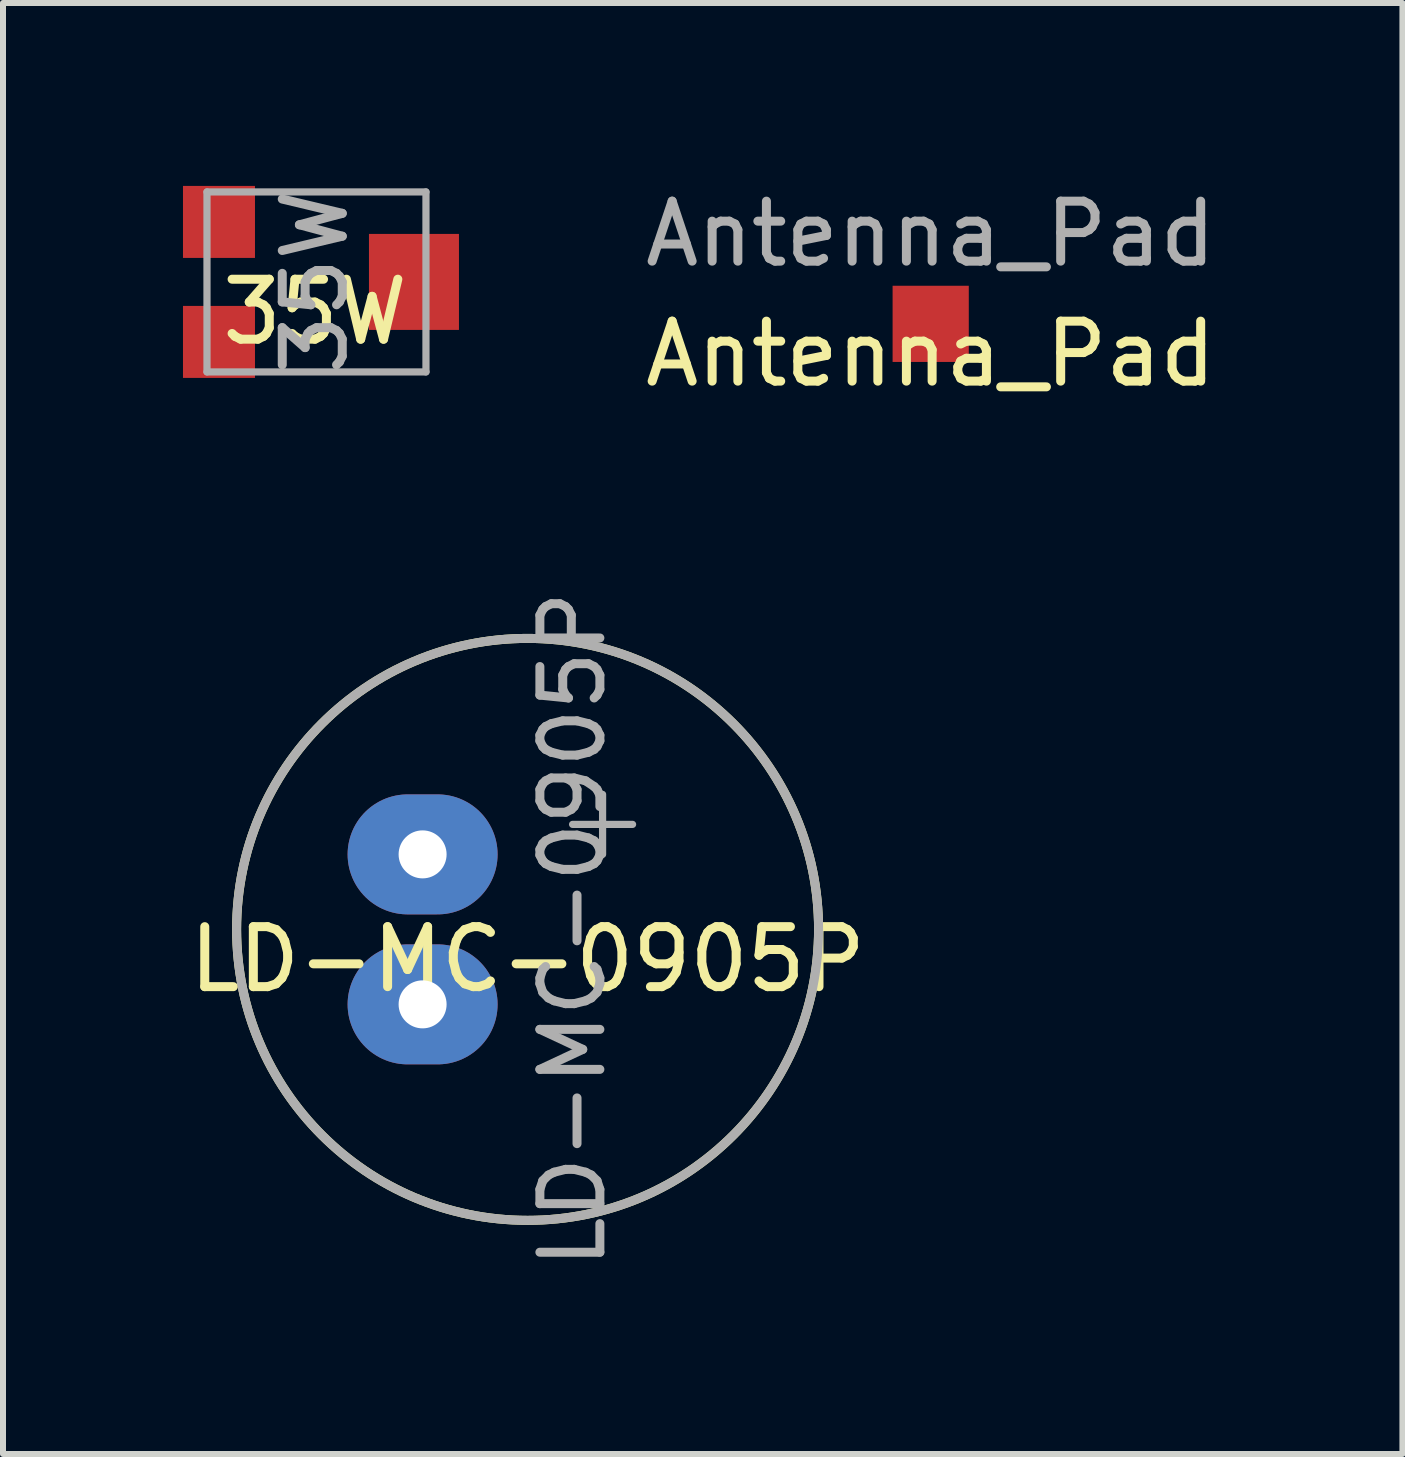
<source format=kicad_pcb>
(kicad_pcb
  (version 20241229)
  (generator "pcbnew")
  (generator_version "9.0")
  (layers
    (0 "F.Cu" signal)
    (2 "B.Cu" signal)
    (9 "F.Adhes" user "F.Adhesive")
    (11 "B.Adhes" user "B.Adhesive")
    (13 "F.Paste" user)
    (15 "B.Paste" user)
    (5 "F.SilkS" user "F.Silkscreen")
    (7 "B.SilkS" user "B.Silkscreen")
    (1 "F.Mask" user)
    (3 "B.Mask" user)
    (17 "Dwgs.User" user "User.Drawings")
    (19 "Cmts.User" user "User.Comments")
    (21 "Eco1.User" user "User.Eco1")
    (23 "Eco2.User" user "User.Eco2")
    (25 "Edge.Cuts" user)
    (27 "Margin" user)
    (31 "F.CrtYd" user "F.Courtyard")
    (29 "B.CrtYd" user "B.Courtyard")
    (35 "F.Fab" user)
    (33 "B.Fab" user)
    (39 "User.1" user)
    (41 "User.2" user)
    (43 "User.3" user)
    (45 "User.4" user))
  (footprint "Antenna_Pad"
    (layer "F.Cu")
    (at 12.463 2.348)
    (property "Reference" "Antenna_Pad" (at 0 0.5 0) (layer "F.SilkS") (effects (font (size 1 1) (thickness 0.15))))
    (attr through_hole)
    (fp_text user "${REFERENCE}" (at 0 -1.5 0) (layer "F.Fab") (effects (font (size 1 1) (thickness 0.15))))
    (pad "1" smd rect (at 0 0) (size 1.27 1.27) (layers "F.Cu" "F.Mask" "F.Paste")))
  (footprint "35W"
    (layer "F.Cu")
    (at 2.2 1.649)
    (property "Reference" "35W" (at 0 0.5 0) (layer "F.SilkS") (effects (font (size 1 1) (thickness 0.15))))
    (attr through_hole)
    (fp_line (start -1.8 -1.5) (end -1.8 1.5) (stroke (width 0.12) (type solid)) (layer "F.Fab"))
    (fp_line (start -1.8 -1.5) (end 1.85 -1.5) (stroke (width 0.12) (type solid)) (layer "F.Fab"))
    (fp_line (start -1.8 1.5) (end 1.85 1.5) (stroke (width 0.12) (type solid)) (layer "F.Fab"))
    (fp_line (start 1.85 -1.5) (end 1.85 1.5) (stroke (width 0.12) (type solid)) (layer "F.Fab"))
    (fp_text user "${REFERENCE}" (at 0 0 90) (layer "F.Fab") (effects (font (size 1 1) (thickness 0.15))))
    (pad "1" smd rect (at -1.6 -1) (size 1.2 1.2) (layers "F.Cu" "F.Mask" "F.Paste"))
    (pad "2" smd rect (at 1.65 0) (size 1.5 1.6) (layers "F.Cu" "F.Mask" "F.Paste"))
    (pad "3" smd rect (at -1.6 1) (size 1.2 1.2) (layers "F.Cu" "F.Mask" "F.Paste")))
  (footprint "LD-MC-0905P"
    (layer "F.Cu")
    (at 5.744 12.441)
    (property "Reference" "LD-MC-0905P" (at 0 0.5 0) (layer "F.SilkS") (effects (font (size 1 1) (thickness 0.15))))
    (attr through_hole)
    (fp_circle (center 0 0) (end 4.85 0) (stroke (width 0.15) (type solid)) (fill no) (layer "F.SilkS"))
    (fp_line (start 0.75 -1.75) (end 1.75 -1.75) (stroke (width 0.12) (type solid)) (layer "F.Fab"))
    (fp_line (start 1.25 -2.25) (end 1.25 -1.25) (stroke (width 0.12) (type solid)) (layer "F.Fab"))
    (fp_circle (center 0 0) (end 4.85 0) (stroke (width 0.15) (type solid)) (fill no) (layer "F.Fab"))
    (fp_text user "${REFERENCE}" (at 0.75 0 90) (layer "F.Fab") (effects (font (size 1 1) (thickness 0.15))))
    (pad "1" thru_hole oval (at -1.75 1.25) (size 2.5 2) (drill 0.8) (layers "B.Cu" "B.Mask"))
    (pad "2" thru_hole oval (at -1.75 -1.25) (size 2.5 2) (drill 0.8) (layers "B.Cu" "B.Mask")))
  (gr_rect
    (start -3 -3)
    (end 20.326 21.185)
    (stroke (width 0.1) (type default))
    (fill no)
    (layer "Edge.Cuts")))
</source>
